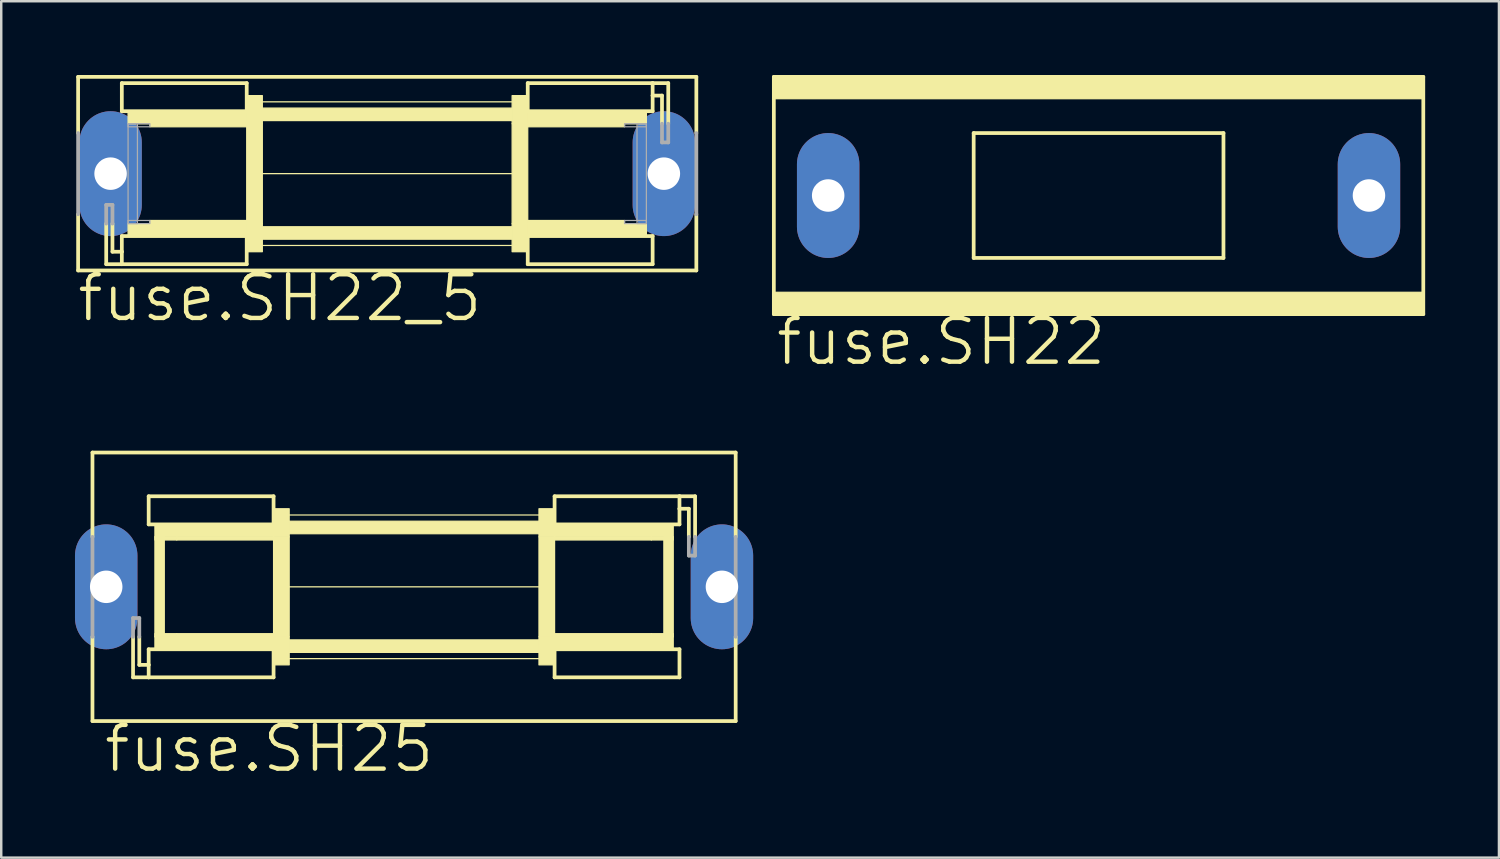
<source format=kicad_pcb>
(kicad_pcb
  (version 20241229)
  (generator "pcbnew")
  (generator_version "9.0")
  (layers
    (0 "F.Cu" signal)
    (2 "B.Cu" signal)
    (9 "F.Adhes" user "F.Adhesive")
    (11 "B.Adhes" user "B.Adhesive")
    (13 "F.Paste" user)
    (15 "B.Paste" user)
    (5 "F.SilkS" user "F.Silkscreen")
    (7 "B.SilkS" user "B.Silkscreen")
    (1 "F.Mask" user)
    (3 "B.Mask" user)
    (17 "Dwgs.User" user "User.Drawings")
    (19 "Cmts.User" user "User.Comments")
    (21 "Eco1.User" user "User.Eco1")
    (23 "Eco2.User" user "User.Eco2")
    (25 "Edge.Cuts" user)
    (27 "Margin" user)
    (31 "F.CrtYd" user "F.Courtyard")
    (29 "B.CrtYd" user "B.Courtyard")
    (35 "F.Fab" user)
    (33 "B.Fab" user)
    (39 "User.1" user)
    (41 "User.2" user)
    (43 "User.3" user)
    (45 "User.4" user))
  (footprint "fuse.SH25"
    (layer "F.Cu")
    (at 13.792 20.818)
    (property "Reference" "fuse.SH25" (at -12.7 7.62 0) (layer "F.SilkS") (effects (font (size 1.778 1.778) (thickness 0.18)) (justify left bottom)))
    (attr through_hole)
    (fp_line (start -13.081 -5.461) (end -13.081 -2.032) (stroke (width 0.152) (type default)) (layer "F.SilkS"))
    (fp_line (start -13.081 2.032) (end -13.081 5.461) (stroke (width 0.152) (type default)) (layer "F.SilkS"))
    (fp_line (start -13.081 5.461) (end 13.081 5.461) (stroke (width 0.152) (type default)) (layer "F.SilkS"))
    (fp_line (start -11.43 3.683) (end -11.43 2.032) (stroke (width 0.152) (type default)) (layer "F.SilkS"))
    (fp_line (start -11.176 2.032) (end -11.176 3.175) (stroke (width 0.152) (type default)) (layer "F.SilkS"))
    (fp_line (start -11.176 3.175) (end -10.795 3.175) (stroke (width 0.152) (type default)) (layer "F.SilkS"))
    (fp_line (start -10.795 -3.683) (end -10.795 -2.54) (stroke (width 0.152) (type default)) (layer "F.SilkS"))
    (fp_line (start -10.795 -3.683) (end -5.715 -3.683) (stroke (width 0.152) (type default)) (layer "F.SilkS"))
    (fp_line (start -10.795 -2.54) (end -5.715 -2.54) (stroke (width 0.152) (type default)) (layer "F.SilkS"))
    (fp_line (start -10.795 2.54) (end -5.715 2.54) (stroke (width 0.152) (type default)) (layer "F.SilkS"))
    (fp_line (start -10.795 3.175) (end -10.795 2.54) (stroke (width 0.152) (type default)) (layer "F.SilkS"))
    (fp_line (start -10.795 3.683) (end -11.43 3.683) (stroke (width 0.152) (type default)) (layer "F.SilkS"))
    (fp_line (start -10.795 3.683) (end -10.795 3.175) (stroke (width 0.152) (type default)) (layer "F.SilkS"))
    (fp_line (start -5.715 -2.54) (end -5.715 -3.683) (stroke (width 0.152) (type default)) (layer "F.SilkS"))
    (fp_line (start -5.715 3.683) (end -10.795 3.683) (stroke (width 0.152) (type default)) (layer "F.SilkS"))
    (fp_line (start -5.715 3.683) (end -5.715 2.54) (stroke (width 0.152) (type default)) (layer "F.SilkS"))
    (fp_line (start -5.207 0) (end 5.207 0) (stroke (width 0.051) (type default)) (layer "F.SilkS"))
    (fp_line (start -5.08 -2.921) (end 5.08 -2.921) (stroke (width 0.051) (type default)) (layer "F.SilkS"))
    (fp_line (start -5.08 2.921) (end 5.08 2.921) (stroke (width 0.051) (type default)) (layer "F.SilkS"))
    (fp_line (start 5.715 -3.683) (end 5.715 -2.54) (stroke (width 0.152) (type default)) (layer "F.SilkS"))
    (fp_line (start 5.715 -3.683) (end 10.795 -3.683) (stroke (width 0.152) (type default)) (layer "F.SilkS"))
    (fp_line (start 5.715 2.54) (end 5.715 3.683) (stroke (width 0.152) (type default)) (layer "F.SilkS"))
    (fp_line (start 10.795 -3.683) (end 10.795 -3.175) (stroke (width 0.152) (type default)) (layer "F.SilkS"))
    (fp_line (start 10.795 -3.683) (end 11.43 -3.683) (stroke (width 0.152) (type default)) (layer "F.SilkS"))
    (fp_line (start 10.795 -3.175) (end 10.795 -2.54) (stroke (width 0.152) (type default)) (layer "F.SilkS"))
    (fp_line (start 10.795 -2.54) (end 5.715 -2.54) (stroke (width 0.152) (type default)) (layer "F.SilkS"))
    (fp_line (start 10.795 2.54) (end 5.715 2.54) (stroke (width 0.152) (type default)) (layer "F.SilkS"))
    (fp_line (start 10.795 3.683) (end 5.715 3.683) (stroke (width 0.152) (type default)) (layer "F.SilkS"))
    (fp_line (start 10.795 3.683) (end 10.795 2.54) (stroke (width 0.152) (type default)) (layer "F.SilkS"))
    (fp_line (start 11.176 -3.175) (end 10.795 -3.175) (stroke (width 0.152) (type default)) (layer "F.SilkS"))
    (fp_line (start 11.176 -2.032) (end 11.176 -3.175) (stroke (width 0.152) (type default)) (layer "F.SilkS"))
    (fp_line (start 11.43 -3.683) (end 11.43 -2.032) (stroke (width 0.152) (type default)) (layer "F.SilkS"))
    (fp_line (start 13.081 -5.461) (end -13.081 -5.461) (stroke (width 0.152) (type default)) (layer "F.SilkS"))
    (fp_line (start 13.081 -5.461) (end 13.081 -2.032) (stroke (width 0.152) (type default)) (layer "F.SilkS"))
    (fp_line (start 13.081 2.032) (end 13.081 5.461) (stroke (width 0.152) (type default)) (layer "F.SilkS"))
    (fp_rect (start -10.541 -2.032) (end -5.715 -2.54) (stroke (width 0.05) (type default)) (fill yes) (layer "F.SilkS"))
    (fp_rect (start -10.541 -1.905) (end -9.652 -2.032) (stroke (width 0.05) (type default)) (fill yes) (layer "F.SilkS"))
    (fp_rect (start -10.541 2.032) (end -10.16 -2.032) (stroke (width 0.05) (type default)) (fill yes) (layer "F.SilkS"))
    (fp_rect (start -10.541 2.032) (end -9.652 1.905) (stroke (width 0.05) (type default)) (fill yes) (layer "F.SilkS"))
    (fp_rect (start -10.541 2.54) (end -5.715 2.032) (stroke (width 0.05) (type default)) (fill yes) (layer "F.SilkS"))
    (fp_rect (start -9.652 -1.905) (end -5.715 -2.032) (stroke (width 0.05) (type default)) (fill yes) (layer "F.SilkS"))
    (fp_rect (start -9.652 2.032) (end -5.715 1.905) (stroke (width 0.05) (type default)) (fill yes) (layer "F.SilkS"))
    (fp_rect (start -5.715 -2.032) (end -5.08 -3.175) (stroke (width 0.05) (type default)) (fill yes) (layer "F.SilkS"))
    (fp_rect (start -5.715 2.032) (end -5.08 -2.032) (stroke (width 0.05) (type default)) (fill yes) (layer "F.SilkS"))
    (fp_rect (start -5.715 3.175) (end -5.08 2.032) (stroke (width 0.05) (type default)) (fill yes) (layer "F.SilkS"))
    (fp_rect (start -5.08 -2.159) (end 5.08 -2.667) (stroke (width 0.05) (type default)) (fill yes) (layer "F.SilkS"))
    (fp_rect (start -5.08 2.667) (end 5.08 2.159) (stroke (width 0.05) (type default)) (fill yes) (layer "F.SilkS"))
    (fp_rect (start 5.08 -2.032) (end 5.715 -3.175) (stroke (width 0.05) (type default)) (fill yes) (layer "F.SilkS"))
    (fp_rect (start 5.08 2.032) (end 5.715 -2.032) (stroke (width 0.05) (type default)) (fill yes) (layer "F.SilkS"))
    (fp_rect (start 5.08 3.175) (end 5.715 2.032) (stroke (width 0.05) (type default)) (fill yes) (layer "F.SilkS"))
    (fp_rect (start 5.715 -2.032) (end 10.541 -2.54) (stroke (width 0.05) (type default)) (fill yes) (layer "F.SilkS"))
    (fp_rect (start 5.715 -1.905) (end 9.652 -2.032) (stroke (width 0.05) (type default)) (fill yes) (layer "F.SilkS"))
    (fp_rect (start 5.715 2.032) (end 9.652 1.905) (stroke (width 0.05) (type default)) (fill yes) (layer "F.SilkS"))
    (fp_rect (start 5.715 2.54) (end 10.541 2.032) (stroke (width 0.05) (type default)) (fill yes) (layer "F.SilkS"))
    (fp_rect (start 9.652 -1.905) (end 10.541 -2.032) (stroke (width 0.05) (type default)) (fill yes) (layer "F.SilkS"))
    (fp_rect (start 9.652 2.032) (end 10.541 1.905) (stroke (width 0.05) (type default)) (fill yes) (layer "F.SilkS"))
    (fp_rect (start 10.16 2.032) (end 10.541 -2.032) (stroke (width 0.05) (type default)) (fill yes) (layer "F.SilkS"))
    (fp_line (start -13.081 2.032) (end -13.081 -2.032) (stroke (width 0.152) (type default)) (layer "F.Fab"))
    (fp_line (start -11.43 1.27) (end -11.176 1.27) (stroke (width 0.152) (type default)) (layer "F.Fab"))
    (fp_line (start -11.43 2.032) (end -11.43 1.27) (stroke (width 0.152) (type default)) (layer "F.Fab"))
    (fp_line (start -11.176 1.27) (end -11.176 2.032) (stroke (width 0.152) (type default)) (layer "F.Fab"))
    (fp_line (start 11.176 -1.27) (end 11.176 -2.032) (stroke (width 0.152) (type default)) (layer "F.Fab"))
    (fp_line (start 11.43 -2.032) (end 11.43 -1.27) (stroke (width 0.152) (type default)) (layer "F.Fab"))
    (fp_line (start 11.43 -1.27) (end 11.176 -1.27) (stroke (width 0.152) (type default)) (layer "F.Fab"))
    (fp_line (start 13.081 2.032) (end 13.081 -2.032) (stroke (width 0.152) (type default)) (layer "F.Fab"))
    (pad "1" thru_hole oval (at -12.522 0 90) (size 5.08 2.54) (drill 1.321) (layers "*.Cu" "*.Mask"))
    (pad "2" thru_hole oval (at 12.522 0 90) (size 5.08 2.54) (drill 1.321) (layers "*.Cu" "*.Mask")))
  (footprint "fuse.SH22"
    (layer "F.Cu")
    (at 41.633 4.902)
    (property "Reference" "fuse.SH22" (at -13.208 6.985 0) (layer "F.SilkS") (effects (font (size 1.778 1.778) (thickness 0.18)) (justify left bottom)))
    (attr through_hole)
    (fp_line (start -13.208 4.826) (end -13.208 -4.826) (stroke (width 0.152) (type default)) (layer "F.SilkS"))
    (fp_line (start -13.208 4.826) (end 13.208 4.826) (stroke (width 0.152) (type default)) (layer "F.SilkS"))
    (fp_line (start -5.08 2.54) (end -5.08 -2.54) (stroke (width 0.152) (type default)) (layer "F.SilkS"))
    (fp_line (start -5.08 2.54) (end 5.08 2.54) (stroke (width 0.152) (type default)) (layer "F.SilkS"))
    (fp_line (start 5.08 -2.54) (end -5.08 -2.54) (stroke (width 0.152) (type default)) (layer "F.SilkS"))
    (fp_line (start 5.08 -2.54) (end 5.08 2.54) (stroke (width 0.152) (type default)) (layer "F.SilkS"))
    (fp_line (start 13.208 -4.826) (end -13.208 -4.826) (stroke (width 0.152) (type default)) (layer "F.SilkS"))
    (fp_line (start 13.208 -4.826) (end 13.208 4.826) (stroke (width 0.152) (type default)) (layer "F.SilkS"))
    (fp_rect (start -13.208 -3.937) (end 13.208 -4.826) (stroke (width 0.05) (type default)) (fill yes) (layer "F.SilkS"))
    (fp_rect (start -13.208 4.826) (end 13.208 3.937) (stroke (width 0.05) (type default)) (fill yes) (layer "F.SilkS"))
    (pad "1" thru_hole oval (at -10.998 0 90) (size 5.08 2.54) (drill 1.321) (layers "*.Cu" "*.Mask"))
    (pad "2" thru_hole oval (at 10.998 0 90) (size 5.08 2.54) (drill 1.321) (layers "*.Cu" "*.Mask")))
  (footprint "fuse.SH22_5"
    (layer "F.Cu")
    (at 12.7 4.013)
    (property "Reference" "fuse.SH22_5" (at -12.7 6.096 0) (layer "F.SilkS") (effects (font (size 1.778 1.778) (thickness 0.18)) (justify left bottom)))
    (attr through_hole)
    (fp_line (start -12.573 -3.937) (end -12.573 -1.651) (stroke (width 0.152) (type default)) (layer "F.SilkS"))
    (fp_line (start -12.573 1.651) (end -12.573 3.937) (stroke (width 0.152) (type default)) (layer "F.SilkS"))
    (fp_line (start -12.573 3.937) (end 12.573 3.937) (stroke (width 0.152) (type default)) (layer "F.SilkS"))
    (fp_line (start -11.43 3.683) (end -11.43 2.032) (stroke (width 0.152) (type default)) (layer "F.SilkS"))
    (fp_line (start -11.176 2.032) (end -11.176 3.175) (stroke (width 0.152) (type default)) (layer "F.SilkS"))
    (fp_line (start -11.176 3.175) (end -10.795 3.175) (stroke (width 0.152) (type default)) (layer "F.SilkS"))
    (fp_line (start -10.795 -3.683) (end -10.795 -2.54) (stroke (width 0.152) (type default)) (layer "F.SilkS"))
    (fp_line (start -10.795 -3.683) (end -5.715 -3.683) (stroke (width 0.152) (type default)) (layer "F.SilkS"))
    (fp_line (start -10.795 -2.54) (end -5.715 -2.54) (stroke (width 0.152) (type default)) (layer "F.SilkS"))
    (fp_line (start -10.795 2.54) (end -5.715 2.54) (stroke (width 0.152) (type default)) (layer "F.SilkS"))
    (fp_line (start -10.795 3.175) (end -10.795 2.54) (stroke (width 0.152) (type default)) (layer "F.SilkS"))
    (fp_line (start -10.795 3.683) (end -11.43 3.683) (stroke (width 0.152) (type default)) (layer "F.SilkS"))
    (fp_line (start -10.795 3.683) (end -10.795 3.175) (stroke (width 0.152) (type default)) (layer "F.SilkS"))
    (fp_line (start -5.715 -2.54) (end -5.715 -3.683) (stroke (width 0.152) (type default)) (layer "F.SilkS"))
    (fp_line (start -5.715 3.683) (end -10.795 3.683) (stroke (width 0.152) (type default)) (layer "F.SilkS"))
    (fp_line (start -5.715 3.683) (end -5.715 2.54) (stroke (width 0.152) (type default)) (layer "F.SilkS"))
    (fp_line (start -5.207 0) (end 5.207 0) (stroke (width 0.051) (type default)) (layer "F.SilkS"))
    (fp_line (start -5.08 -2.921) (end 5.08 -2.921) (stroke (width 0.051) (type default)) (layer "F.SilkS"))
    (fp_line (start -5.08 2.921) (end 5.08 2.921) (stroke (width 0.051) (type default)) (layer "F.SilkS"))
    (fp_line (start 5.715 -3.683) (end 5.715 -2.54) (stroke (width 0.152) (type default)) (layer "F.SilkS"))
    (fp_line (start 5.715 -3.683) (end 10.795 -3.683) (stroke (width 0.152) (type default)) (layer "F.SilkS"))
    (fp_line (start 5.715 2.54) (end 5.715 3.683) (stroke (width 0.152) (type default)) (layer "F.SilkS"))
    (fp_line (start 10.795 -3.683) (end 10.795 -3.175) (stroke (width 0.152) (type default)) (layer "F.SilkS"))
    (fp_line (start 10.795 -3.683) (end 11.43 -3.683) (stroke (width 0.152) (type default)) (layer "F.SilkS"))
    (fp_line (start 10.795 -3.175) (end 10.795 -2.54) (stroke (width 0.152) (type default)) (layer "F.SilkS"))
    (fp_line (start 10.795 -2.54) (end 5.715 -2.54) (stroke (width 0.152) (type default)) (layer "F.SilkS"))
    (fp_line (start 10.795 2.54) (end 5.715 2.54) (stroke (width 0.152) (type default)) (layer "F.SilkS"))
    (fp_line (start 10.795 3.683) (end 5.715 3.683) (stroke (width 0.152) (type default)) (layer "F.SilkS"))
    (fp_line (start 10.795 3.683) (end 10.795 2.54) (stroke (width 0.152) (type default)) (layer "F.SilkS"))
    (fp_line (start 11.176 -3.175) (end 10.795 -3.175) (stroke (width 0.152) (type default)) (layer "F.SilkS"))
    (fp_line (start 11.176 -2.032) (end 11.176 -3.175) (stroke (width 0.152) (type default)) (layer "F.SilkS"))
    (fp_line (start 11.43 -3.683) (end 11.43 -2.032) (stroke (width 0.152) (type default)) (layer "F.SilkS"))
    (fp_line (start 12.573 -3.937) (end -12.573 -3.937) (stroke (width 0.152) (type default)) (layer "F.SilkS"))
    (fp_line (start 12.573 -3.937) (end 12.573 -1.651) (stroke (width 0.152) (type default)) (layer "F.SilkS"))
    (fp_line (start 12.573 1.651) (end 12.573 3.937) (stroke (width 0.152) (type default)) (layer "F.SilkS"))
    (fp_rect (start -10.541 -2.032) (end -5.715 -2.54) (stroke (width 0.05) (type default)) (fill yes) (layer "F.SilkS"))
    (fp_rect (start -10.541 2.54) (end -5.715 2.032) (stroke (width 0.05) (type default)) (fill yes) (layer "F.SilkS"))
    (fp_rect (start -9.652 -1.905) (end -5.715 -2.032) (stroke (width 0.05) (type default)) (fill yes) (layer "F.SilkS"))
    (fp_rect (start -9.652 2.032) (end -5.715 1.905) (stroke (width 0.05) (type default)) (fill yes) (layer "F.SilkS"))
    (fp_rect (start -5.715 -2.032) (end -5.08 -3.175) (stroke (width 0.05) (type default)) (fill yes) (layer "F.SilkS"))
    (fp_rect (start -5.715 2.032) (end -5.08 -2.032) (stroke (width 0.05) (type default)) (fill yes) (layer "F.SilkS"))
    (fp_rect (start -5.715 3.175) (end -5.08 2.032) (stroke (width 0.05) (type default)) (fill yes) (layer "F.SilkS"))
    (fp_rect (start -5.08 -2.159) (end 5.08 -2.667) (stroke (width 0.05) (type default)) (fill yes) (layer "F.SilkS"))
    (fp_rect (start -5.08 2.667) (end 5.08 2.159) (stroke (width 0.05) (type default)) (fill yes) (layer "F.SilkS"))
    (fp_rect (start 5.08 -2.032) (end 5.715 -3.175) (stroke (width 0.05) (type default)) (fill yes) (layer "F.SilkS"))
    (fp_rect (start 5.08 2.032) (end 5.715 -2.032) (stroke (width 0.05) (type default)) (fill yes) (layer "F.SilkS"))
    (fp_rect (start 5.08 3.175) (end 5.715 2.032) (stroke (width 0.05) (type default)) (fill yes) (layer "F.SilkS"))
    (fp_rect (start 5.715 -2.032) (end 10.541 -2.54) (stroke (width 0.05) (type default)) (fill yes) (layer "F.SilkS"))
    (fp_rect (start 5.715 -1.905) (end 9.652 -2.032) (stroke (width 0.05) (type default)) (fill yes) (layer "F.SilkS"))
    (fp_rect (start 5.715 2.032) (end 9.652 1.905) (stroke (width 0.05) (type default)) (fill yes) (layer "F.SilkS"))
    (fp_rect (start 5.715 2.54) (end 10.541 2.032) (stroke (width 0.05) (type default)) (fill yes) (layer "F.SilkS"))
    (fp_line (start -12.573 1.651) (end -12.573 -1.651) (stroke (width 0.152) (type default)) (layer "F.Fab"))
    (fp_line (start -11.43 1.27) (end -11.176 1.27) (stroke (width 0.152) (type default)) (layer "F.Fab"))
    (fp_line (start -11.43 2.032) (end -11.43 1.27) (stroke (width 0.152) (type default)) (layer "F.Fab"))
    (fp_line (start -11.176 1.27) (end -11.176 2.032) (stroke (width 0.152) (type default)) (layer "F.Fab"))
    (fp_line (start 11.176 -1.27) (end 11.176 -2.032) (stroke (width 0.152) (type default)) (layer "F.Fab"))
    (fp_line (start 11.43 -2.032) (end 11.43 -1.27) (stroke (width 0.152) (type default)) (layer "F.Fab"))
    (fp_line (start 11.43 -1.27) (end 11.176 -1.27) (stroke (width 0.152) (type default)) (layer "F.Fab"))
    (fp_line (start 12.573 1.651) (end 12.573 -1.651) (stroke (width 0.152) (type default)) (layer "F.Fab"))
    (fp_rect (start -10.541 -1.905) (end -9.652 -2.032) (stroke (width 0.05) (type default)) (fill no) (layer "F.Fab"))
    (fp_rect (start -10.541 2.032) (end -10.16 -2.032) (stroke (width 0.05) (type default)) (fill no) (layer "F.Fab"))
    (fp_rect (start -10.541 2.032) (end -9.652 1.905) (stroke (width 0.05) (type default)) (fill no) (layer "F.Fab"))
    (fp_rect (start 9.652 -1.905) (end 10.541 -2.032) (stroke (width 0.05) (type default)) (fill no) (layer "F.Fab"))
    (fp_rect (start 9.652 2.032) (end 10.541 1.905) (stroke (width 0.05) (type default)) (fill no) (layer "F.Fab"))
    (fp_rect (start 10.16 2.032) (end 10.541 -2.032) (stroke (width 0.05) (type default)) (fill no) (layer "F.Fab"))
    (pad "1" thru_hole oval (at -11.252 0 90) (size 5.08 2.54) (drill 1.321) (layers "*.Cu" "*.Mask"))
    (pad "2" thru_hole oval (at 11.252 0 90) (size 5.08 2.54) (drill 1.321) (layers "*.Cu" "*.Mask")))
  (gr_rect
    (start -3 -3)
    (end 57.918 31.833)
    (stroke (width 0.1) (type default))
    (fill no)
    (layer "Edge.Cuts")))
</source>
